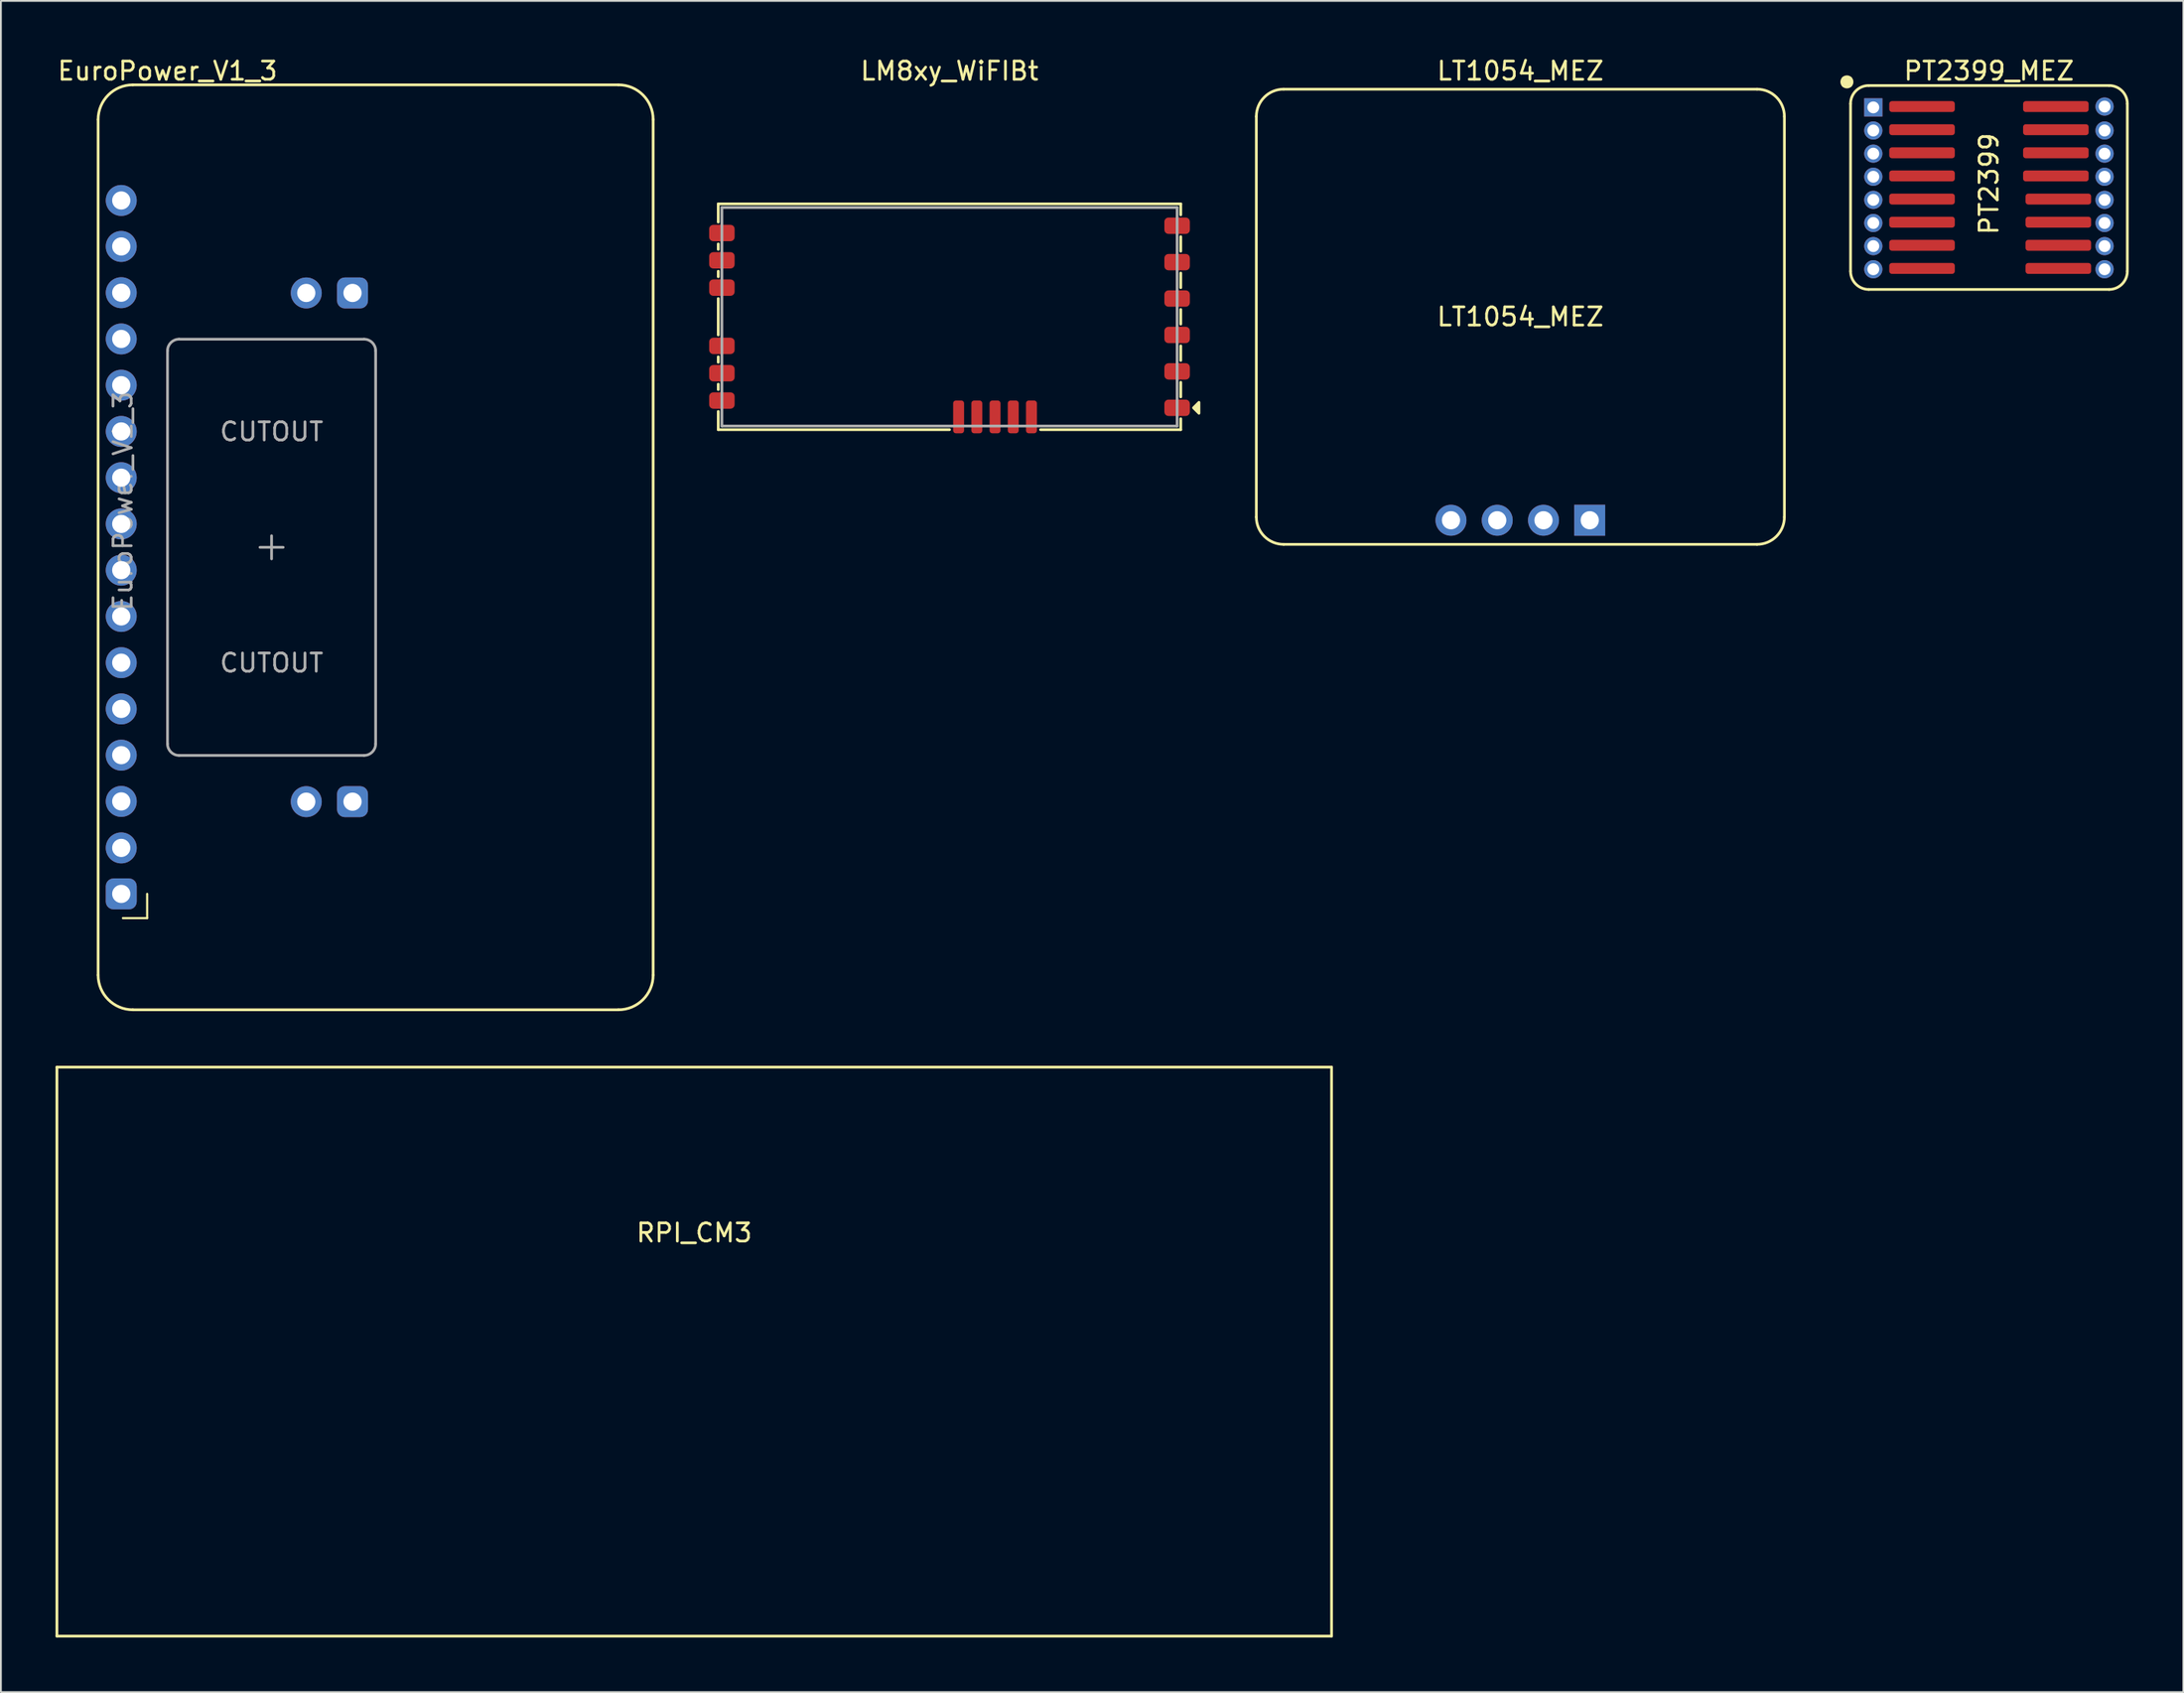
<source format=kicad_pcb>
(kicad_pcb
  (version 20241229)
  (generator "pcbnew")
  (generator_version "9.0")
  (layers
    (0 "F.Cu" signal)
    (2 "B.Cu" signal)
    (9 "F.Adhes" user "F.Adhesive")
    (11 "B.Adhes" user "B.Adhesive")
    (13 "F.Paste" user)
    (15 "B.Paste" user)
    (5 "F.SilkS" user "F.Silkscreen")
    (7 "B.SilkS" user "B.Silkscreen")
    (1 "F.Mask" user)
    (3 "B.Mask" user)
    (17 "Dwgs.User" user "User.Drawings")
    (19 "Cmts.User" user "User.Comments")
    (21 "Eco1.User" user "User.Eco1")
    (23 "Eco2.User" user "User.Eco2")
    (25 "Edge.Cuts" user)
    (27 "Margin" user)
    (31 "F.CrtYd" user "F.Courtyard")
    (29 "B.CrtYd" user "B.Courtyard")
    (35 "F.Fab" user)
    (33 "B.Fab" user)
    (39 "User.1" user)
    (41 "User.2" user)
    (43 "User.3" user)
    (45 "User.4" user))
  (footprint "RPI_CM3"
    (layer "F.Cu")
    (at 35.075 71.06)
    (property "Reference" "RPI_CM3" (at 0 -6.4 0) (layer "F.SilkS") (effects (font (size 1 1) (thickness 0.15))))
    (attr exclude_from_pos_files exclude_from_bom)
    (fp_line (start -35 -15.5) (end 35 -15.5) (stroke (width 0.15) (type solid)) (layer "F.SilkS"))
    (fp_line (start -35 15.75) (end -35 -15.5) (stroke (width 0.15) (type solid)) (layer "F.SilkS"))
    (fp_line (start 35 -15.5) (end 35 15.75) (stroke (width 0.15) (type solid)) (layer "F.SilkS"))
    (fp_line (start 35 15.75) (end -35 15.75) (stroke (width 0.15) (type solid)) (layer "F.SilkS")))
  (footprint "LM8xy_WiFIBt"
    (layer "F.Cu")
    (at 49.094 14.348)
    (property "Reference" "LM8xy_WiFIBt" (at 0 -13.5 0) (layer "F.SilkS") (effects (font (size 1 1) (thickness 0.15))))
    (attr exclude_from_pos_files exclude_from_bom)
    (fp_line (start -12.7 -6.2) (end 12.7 -6.2) (stroke (width 0.15) (type solid)) (layer "F.SilkS"))
    (fp_line (start -12.7 -5.2) (end -12.7 -6.2) (stroke (width 0.15) (type solid)) (layer "F.SilkS"))
    (fp_line (start -12.7 -3.7) (end -12.7 -4) (stroke (width 0.15) (type solid)) (layer "F.SilkS"))
    (fp_line (start -12.7 -2.2) (end -12.7 -2.5) (stroke (width 0.15) (type solid)) (layer "F.SilkS"))
    (fp_line (start -12.7 -1) (end -12.7 1) (stroke (width 0.15) (type solid)) (layer "F.SilkS"))
    (fp_line (start -12.7 2.5) (end -12.7 2.2) (stroke (width 0.15) (type solid)) (layer "F.SilkS"))
    (fp_line (start -12.7 4) (end -12.7 3.7) (stroke (width 0.15) (type solid)) (layer "F.SilkS"))
    (fp_line (start -12.7 6.2) (end -12.7 5.2) (stroke (width 0.15) (type solid)) (layer "F.SilkS"))
    (fp_line (start -12.7 6.2) (end 0 6.2) (stroke (width 0.15) (type solid)) (layer "F.SilkS"))
    (fp_line (start 5 6.2) (end 12.7 6.2) (stroke (width 0.15) (type solid)) (layer "F.SilkS"))
    (fp_line (start 12.7 -6.2) (end 12.7 -5.6) (stroke (width 0.15) (type solid)) (layer "F.SilkS"))
    (fp_line (start 12.7 -4.4) (end 12.7 -3.6) (stroke (width 0.15) (type solid)) (layer "F.SilkS"))
    (fp_line (start 12.7 -2.4) (end 12.7 -1.6) (stroke (width 0.15) (type solid)) (layer "F.SilkS"))
    (fp_line (start 12.7 -0.4) (end 12.7 0.4) (stroke (width 0.15) (type solid)) (layer "F.SilkS"))
    (fp_line (start 12.7 1.6) (end 12.7 2.4) (stroke (width 0.15) (type solid)) (layer "F.SilkS"))
    (fp_line (start 12.7 3.6) (end 12.7 4.4) (stroke (width 0.15) (type solid)) (layer "F.SilkS"))
    (fp_line (start 12.7 5.6) (end 12.7 6.2) (stroke (width 0.15) (type solid)) (layer "F.SilkS"))
    (fp_poly (pts (xy 13.4 5) (xy 13.7 4.7) (xy 13.7 5.3)) (stroke (width 0.15) (type solid)) (fill yes) (layer "F.SilkS"))
    (fp_line (start -12.5 -6) (end 12.5 -6) (stroke (width 0.15) (type solid)) (layer "F.Fab"))
    (fp_line (start -12.5 6) (end -12.5 -6) (stroke (width 0.15) (type solid)) (layer "F.Fab"))
    (fp_line (start -12.5 6) (end 12.5 6) (stroke (width 0.15) (type solid)) (layer "F.Fab"))
    (fp_line (start 12.5 -6) (end 12.5 6) (stroke (width 0.15) (type solid)) (layer "F.Fab"))
    (pad "1" smd roundrect (at 12.5 5) (size 1.4 0.9) (layers "F.Cu" "F.Mask" "F.Paste") (roundrect_rratio 0.25))
    (pad "2" smd roundrect (at 12.5 3) (size 1.4 0.9) (layers "F.Cu" "F.Mask" "F.Paste") (roundrect_rratio 0.25))
    (pad "3" smd roundrect (at 12.5 1) (size 1.4 0.9) (layers "F.Cu" "F.Mask" "F.Paste") (roundrect_rratio 0.25))
    (pad "4" smd roundrect (at 12.5 -1) (size 1.4 0.9) (layers "F.Cu" "F.Mask" "F.Paste") (roundrect_rratio 0.25))
    (pad "5" smd roundrect (at 12.5 -3) (size 1.4 0.9) (layers "F.Cu" "F.Mask" "F.Paste") (roundrect_rratio 0.25))
    (pad "6" smd roundrect (at 12.5 -5) (size 1.4 0.9) (layers "F.Cu" "F.Mask" "F.Paste") (roundrect_rratio 0.25))
    (pad "7" smd roundrect (at -12.5 -4.6) (size 1.4 0.9) (layers "F.Cu" "F.Mask" "F.Paste") (roundrect_rratio 0.25))
    (pad "8" smd roundrect (at -12.5 -3.1) (size 1.4 0.9) (layers "F.Cu" "F.Mask" "F.Paste") (roundrect_rratio 0.25))
    (pad "9" smd roundrect (at -12.5 -1.6) (size 1.4 0.9) (layers "F.Cu" "F.Mask" "F.Paste") (roundrect_rratio 0.25))
    (pad "10" smd roundrect (at -12.5 1.6) (size 1.4 0.9) (layers "F.Cu" "F.Mask" "F.Paste") (roundrect_rratio 0.25))
    (pad "11" smd roundrect (at -12.5 3.1) (size 1.4 0.9) (layers "F.Cu" "F.Mask" "F.Paste") (roundrect_rratio 0.25))
    (pad "12" smd roundrect (at -12.5 4.6) (size 1.4 0.9) (layers "F.Cu" "F.Mask" "F.Paste") (roundrect_rratio 0.25))
    (pad "13" smd roundrect (at 0.5 5.5 180) (size 0.6 1.8) (layers "F.Cu" "F.Mask" "F.Paste") (roundrect_rratio 0.25))
    (pad "14" smd roundrect (at 1.5 5.5 180) (size 0.6 1.8) (layers "F.Cu" "F.Mask" "F.Paste") (roundrect_rratio 0.25))
    (pad "15" smd roundrect (at 2.5 5.5 180) (size 0.6 1.8) (layers "F.Cu" "F.Mask" "F.Paste") (roundrect_rratio 0.25))
    (pad "16" smd roundrect (at 3.5 5.5 180) (size 0.6 1.8) (layers "F.Cu" "F.Mask" "F.Paste") (roundrect_rratio 0.25))
    (pad "17" smd roundrect (at 4.5 5.5 180) (size 0.6 1.8) (layers "F.Cu" "F.Mask" "F.Paste") (roundrect_rratio 0.25)))
  (footprint "LT1054_MEZ"
    (layer "F.Cu")
    (at 80.444 14.348)
    (property "Reference" "LT1054_MEZ" (at 0 -13.5 0) (layer "F.SilkS") (effects (font (size 1 1) (thickness 0.15))))
    (attr exclude_from_pos_files exclude_from_bom)
    (fp_line (start -14.5 11) (end -14.5 -11) (stroke (width 0.15) (type solid)) (layer "F.SilkS"))
    (fp_line (start -13 -12.5) (end 13 -12.5) (stroke (width 0.15) (type solid)) (layer "F.SilkS"))
    (fp_line (start 13 12.5) (end -13 12.5) (stroke (width 0.15) (type solid)) (layer "F.SilkS"))
    (fp_line (start 14.5 -11) (end 14.5 11) (stroke (width 0.15) (type solid)) (layer "F.SilkS"))
    (fp_arc (start -14.5 -11) (mid -14.06066 -12.06066) (end -13 -12.5) (stroke (width 0.15) (type solid)) (layer "F.SilkS"))
    (fp_arc (start -13 12.5) (mid -14.06066 12.06066) (end -14.5 11) (stroke (width 0.15) (type solid)) (layer "F.SilkS"))
    (fp_arc (start 13 -12.5) (mid 14.06066 -12.06066) (end 14.5 -11) (stroke (width 0.15) (type solid)) (layer "F.SilkS"))
    (fp_arc (start 14.5 11) (mid 14.06066 12.06066) (end 13 12.5) (stroke (width 0.15) (type solid)) (layer "F.SilkS"))
    (fp_text user "LT1054_MEZ" (at 0 0 0) (layer "F.SilkS") (effects (font (size 1 1) (thickness 0.15))))
    (pad "1" thru_hole rect (at 3.81 11.176) (size 1.7 1.7) (drill 1) (layers "*.Cu" "*.Mask"))
    (pad "2" thru_hole circle (at 1.27 11.176) (size 1.7 1.7) (drill 1) (layers "*.Cu" "*.Mask"))
    (pad "3" thru_hole circle (at -1.27 11.176) (size 1.7 1.7) (drill 1) (layers "*.Cu" "*.Mask"))
    (pad "4" thru_hole circle (at -3.81 11.176) (size 1.7 1.7) (drill 1) (layers "*.Cu" "*.Mask")))
  (footprint "EuroPower_V1_3"
    (layer "F.Cu")
    (at 17.579 27.01)
    (property "Reference" "EuroPower_V1_3" (at -11.43 -26.162 0) (layer "F.SilkS") (effects (font (size 1 1) (thickness 0.15))))
    (attr through_hole)
    (fp_line (start -15.24 23.495) (end -15.24 -23.495) (stroke (width 0.15) (type solid)) (layer "F.SilkS"))
    (fp_line (start -13.335 -25.4) (end 13.335 -25.4) (stroke (width 0.15) (type solid)) (layer "F.SilkS"))
    (fp_line (start -12.548 19.036) (end -12.548 20.366) (stroke (width 0.12) (type solid)) (layer "F.SilkS"))
    (fp_line (start -12.548 20.366) (end -13.878 20.366) (stroke (width 0.12) (type solid)) (layer "F.SilkS"))
    (fp_line (start 13.335 25.4) (end -13.335 25.4) (stroke (width 0.15) (type solid)) (layer "F.SilkS"))
    (fp_line (start 15.24 -23.495) (end 15.24 23.495) (stroke (width 0.15) (type solid)) (layer "F.SilkS"))
    (fp_arc (start -15.24 -23.495) (mid -14.682038 -24.842038) (end -13.335 -25.4) (stroke (width 0.15) (type solid)) (layer "F.SilkS"))
    (fp_arc (start -13.335 25.4) (mid -14.682038 24.842038) (end -15.24 23.495) (stroke (width 0.15) (type solid)) (layer "F.SilkS"))
    (fp_arc (start 13.335 -25.4) (mid 14.682038 -24.842038) (end 15.24 -23.495) (stroke (width 0.15) (type solid)) (layer "F.SilkS"))
    (fp_arc (start 15.24 23.495) (mid 14.682038 24.842038) (end 13.335 25.4) (stroke (width 0.15) (type solid)) (layer "F.SilkS"))
    (fp_line (start -11.43 -10.795) (end -11.43 10.795) (stroke (width 0.15) (type solid)) (layer "F.Fab"))
    (fp_line (start -10.795 11.43) (end -0.635 11.43) (stroke (width 0.15) (type solid)) (layer "F.Fab"))
    (fp_line (start -6.35 0) (end -5.08 0) (stroke (width 0.15) (type solid)) (layer "F.Fab"))
    (fp_line (start -5.715 -0.635) (end -5.715 0.635) (stroke (width 0.15) (type solid)) (layer "F.Fab"))
    (fp_line (start -0.635 -11.43) (end -10.795 -11.43) (stroke (width 0.15) (type solid)) (layer "F.Fab"))
    (fp_line (start 0 10.795) (end 0 -10.795) (stroke (width 0.15) (type solid)) (layer "F.Fab"))
    (fp_arc (start -11.43 -10.795) (mid -11.244013 -11.244013) (end -10.795 -11.43) (stroke (width 0.15) (type solid)) (layer "F.Fab"))
    (fp_arc (start -10.795 11.43) (mid -11.244013 11.244013) (end -11.43 10.795) (stroke (width 0.15) (type solid)) (layer "F.Fab"))
    (fp_arc (start -0.635 -11.43) (mid -0.185987 -11.244013) (end 0 -10.795) (stroke (width 0.15) (type solid)) (layer "F.Fab"))
    (fp_arc (start 0 10.795) (mid -0.185987 11.244013) (end -0.635 11.43) (stroke (width 0.15) (type solid)) (layer "F.Fab"))
    (fp_text user "${REFERENCE}" (at -13.878 -2.54 270) (layer "F.Fab") (effects (font (size 1 1) (thickness 0.15))))
    (fp_text user "CUTOUT" (at -5.715 -6.35 0) (layer "F.Fab") (effects (font (size 1 1) (thickness 0.15))))
    (fp_text user "CUTOUT" (at -5.715 6.35 0) (layer "F.Fab") (effects (font (size 1 1) (thickness 0.15))))
    (pad "1" thru_hole roundrect (at -13.97 19.036 180) (size 1.7 1.7) (drill 1) (layers "*.Cu" "*.Mask") (roundrect_rratio 0.25))
    (pad "1" thru_hole oval (at -3.81 -13.97 90) (size 1.7 1.7) (drill 1) (layers "*.Cu" "*.Mask"))
    (pad "1" thru_hole oval (at -3.81 13.97 90) (size 1.7 1.7) (drill 1) (layers "*.Cu" "*.Mask"))
    (pad "1" thru_hole roundrect (at -1.27 -13.97 90) (size 1.7 1.7) (drill 1) (layers "*.Cu" "*.Mask") (roundrect_rratio 0.25))
    (pad "1" thru_hole roundrect (at -1.27 13.97 90) (size 1.7 1.7) (drill 1) (layers "*.Cu" "*.Mask") (roundrect_rratio 0.25))
    (pad "2" thru_hole oval (at -13.97 16.51 180) (size 1.7 1.7) (drill 1) (layers "*.Cu" "*.Mask"))
    (pad "3" thru_hole oval (at -13.97 13.956 180) (size 1.7 1.7) (drill 1) (layers "*.Cu" "*.Mask"))
    (pad "4" thru_hole oval (at -13.97 11.416 180) (size 1.7 1.7) (drill 1) (layers "*.Cu" "*.Mask"))
    (pad "5" thru_hole oval (at -13.97 8.876 180) (size 1.7 1.7) (drill 1) (layers "*.Cu" "*.Mask"))
    (pad "6" thru_hole oval (at -13.97 6.336 180) (size 1.7 1.7) (drill 1) (layers "*.Cu" "*.Mask"))
    (pad "7" thru_hole oval (at -13.97 3.796 180) (size 1.7 1.7) (drill 1) (layers "*.Cu" "*.Mask"))
    (pad "8" thru_hole oval (at -13.97 1.256 180) (size 1.7 1.7) (drill 1) (layers "*.Cu" "*.Mask"))
    (pad "9" thru_hole oval (at -13.97 -1.284 180) (size 1.7 1.7) (drill 1) (layers "*.Cu" "*.Mask"))
    (pad "10" thru_hole oval (at -13.97 -3.824 180) (size 1.7 1.7) (drill 1) (layers "*.Cu" "*.Mask"))
    (pad "11" thru_hole oval (at -13.97 -6.364 180) (size 1.7 1.7) (drill 1) (layers "*.Cu" "*.Mask"))
    (pad "12" thru_hole oval (at -13.97 -8.904 180) (size 1.7 1.7) (drill 1) (layers "*.Cu" "*.Mask"))
    (pad "13" thru_hole oval (at -13.97 -11.444 180) (size 1.7 1.7) (drill 1) (layers "*.Cu" "*.Mask"))
    (pad "14" thru_hole oval (at -13.97 -13.984 180) (size 1.7 1.7) (drill 1) (layers "*.Cu" "*.Mask"))
    (pad "15" thru_hole oval (at -13.97 -16.524 180) (size 1.7 1.7) (drill 1) (layers "*.Cu" "*.Mask"))
    (pad "16" thru_hole oval (at -13.97 -19.05 180) (size 1.7 1.7) (drill 1) (layers "*.Cu" "*.Mask")))
  (footprint "PT2399_MEZ"
    (layer "F.Cu")
    (at 106.177 7.248)
    (property "Reference" "PT2399_MEZ" (at 0 -6.4 0) (layer "F.SilkS") (effects (font (size 1 1) (thickness 0.15))))
    (attr exclude_from_pos_files exclude_from_bom)
    (fp_line (start -7.6 4.6) (end -7.6 -4.6) (stroke (width 0.15) (type solid)) (layer "F.SilkS"))
    (fp_line (start -6.6 -5.6) (end 6.6 -5.6) (stroke (width 0.15) (type solid)) (layer "F.SilkS"))
    (fp_line (start -6.6 5.6) (end 6.6 5.6) (stroke (width 0.15) (type solid)) (layer "F.SilkS"))
    (fp_line (start 7.6 4.6) (end 7.6 -4.6) (stroke (width 0.15) (type solid)) (layer "F.SilkS"))
    (fp_arc (start -7.6 -4.6) (mid -7.307107 -5.307107) (end -6.6 -5.6) (stroke (width 0.15) (type solid)) (layer "F.SilkS"))
    (fp_arc (start -6.6 5.6) (mid -7.307107 5.307107) (end -7.6 4.6) (stroke (width 0.15) (type solid)) (layer "F.SilkS"))
    (fp_arc (start 6.6 -5.6) (mid 7.307107 -5.307107) (end 7.6 -4.6) (stroke (width 0.15) (type solid)) (layer "F.SilkS"))
    (fp_arc (start 7.6 4.6) (mid 7.307107 5.307107) (end 6.6 5.6) (stroke (width 0.15) (type solid)) (layer "F.SilkS"))
    (fp_circle (center -7.8 -5.8) (end -7.6 -5.6) (stroke (width 0.15) (type solid)) (fill no) (layer "F.SilkS"))
    (fp_poly (pts (xy -8 -6) (xy -8 -5.6) (xy -7.6 -5.6) (xy -7.6 -6)) (stroke (width 0.15) (type solid)) (fill yes) (layer "F.SilkS"))
    (fp_text user "PT2399" (at 0 -0.2 270) (layer "F.SilkS") (effects (font (size 1 1) (thickness 0.15))))
    (pad "1" thru_hole rect (at -6.35 -4.4) (size 1 1) (drill 0.65) (layers "*.Cu" "*.Mask"))
    (pad "1" smd roundrect (at -3.675 -4.445) (size 3.6 0.6) (layers "F.Cu" "F.Mask" "F.Paste") (roundrect_rratio 0.25))
    (pad "2" thru_hole oval (at -6.35 -3.13) (size 1 1) (drill 0.65) (layers "*.Cu" "*.Mask"))
    (pad "2" smd roundrect (at -3.675 -3.175) (size 3.6 0.6) (layers "F.Cu" "F.Mask" "F.Paste") (roundrect_rratio 0.25))
    (pad "3" thru_hole oval (at -6.35 -1.86) (size 1 1) (drill 0.65) (layers "*.Cu" "*.Mask"))
    (pad "3" smd roundrect (at -3.675 -1.905) (size 3.6 0.6) (layers "F.Cu" "F.Mask" "F.Paste") (roundrect_rratio 0.25))
    (pad "4" thru_hole oval (at -6.35 -0.59) (size 1 1) (drill 0.65) (layers "*.Cu" "*.Mask"))
    (pad "4" smd roundrect (at -3.675 -0.635) (size 3.6 0.6) (layers "F.Cu" "F.Mask" "F.Paste") (roundrect_rratio 0.25))
    (pad "5" thru_hole oval (at -6.35 0.68) (size 1 1) (drill 0.65) (layers "*.Cu" "*.Mask"))
    (pad "5" smd roundrect (at -3.675 0.635) (size 3.6 0.6) (layers "F.Cu" "F.Mask" "F.Paste") (roundrect_rratio 0.25))
    (pad "6" thru_hole oval (at -6.35 1.95) (size 1 1) (drill 0.65) (layers "*.Cu" "*.Mask"))
    (pad "6" smd roundrect (at -3.675 1.905) (size 3.6 0.6) (layers "F.Cu" "F.Mask" "F.Paste") (roundrect_rratio 0.25))
    (pad "7" thru_hole oval (at -6.35 3.22) (size 1 1) (drill 0.65) (layers "*.Cu" "*.Mask"))
    (pad "7" smd roundrect (at -3.675 3.175) (size 3.6 0.6) (layers "F.Cu" "F.Mask" "F.Paste") (roundrect_rratio 0.25))
    (pad "8" thru_hole oval (at -6.35 4.49) (size 1 1) (drill 0.65) (layers "*.Cu" "*.Mask"))
    (pad "8" smd roundrect (at -3.675 4.445) (size 3.6 0.6) (layers "F.Cu" "F.Mask" "F.Paste") (roundrect_rratio 0.25))
    (pad "9" smd roundrect (at 3.81 4.445) (size 3.6 0.6) (layers "F.Cu" "F.Mask" "F.Paste") (roundrect_rratio 0.25))
    (pad "9" thru_hole oval (at 6.35 4.49) (size 1 1) (drill 0.65) (layers "*.Cu" "*.Mask"))
    (pad "10" smd roundrect (at 3.81 3.175) (size 3.6 0.6) (layers "F.Cu" "F.Mask" "F.Paste") (roundrect_rratio 0.25))
    (pad "10" thru_hole oval (at 6.35 3.22) (size 1 1) (drill 0.65) (layers "*.Cu" "*.Mask"))
    (pad "11" smd roundrect (at 3.81 1.905) (size 3.6 0.6) (layers "F.Cu" "F.Mask" "F.Paste") (roundrect_rratio 0.25))
    (pad "11" thru_hole oval (at 6.35 1.95) (size 1 1) (drill 0.65) (layers "*.Cu" "*.Mask"))
    (pad "12" smd roundrect (at 3.81 0.635) (size 3.6 0.6) (layers "F.Cu" "F.Mask" "F.Paste") (roundrect_rratio 0.25))
    (pad "12" thru_hole oval (at 6.35 0.68) (size 1 1) (drill 0.65) (layers "*.Cu" "*.Mask"))
    (pad "13" smd roundrect (at 3.675 -0.635) (size 3.6 0.6) (layers "F.Cu" "F.Mask" "F.Paste") (roundrect_rratio 0.25))
    (pad "13" thru_hole oval (at 6.35 -0.59) (size 1 1) (drill 0.65) (layers "*.Cu" "*.Mask"))
    (pad "14" smd roundrect (at 3.675 -1.905) (size 3.6 0.6) (layers "F.Cu" "F.Mask" "F.Paste") (roundrect_rratio 0.25))
    (pad "14" thru_hole oval (at 6.35 -1.86) (size 1 1) (drill 0.65) (layers "*.Cu" "*.Mask"))
    (pad "15" smd roundrect (at 3.675 -3.175) (size 3.6 0.6) (layers "F.Cu" "F.Mask" "F.Paste") (roundrect_rratio 0.25))
    (pad "15" thru_hole oval (at 6.35 -3.13) (size 1 1) (drill 0.65) (layers "*.Cu" "*.Mask"))
    (pad "16" smd roundrect (at 3.675 -4.445) (size 3.6 0.6) (layers "F.Cu" "F.Mask" "F.Paste") (roundrect_rratio 0.25))
    (pad "16" thru_hole oval (at 6.35 -4.445) (size 1 1) (drill 0.65) (layers "*.Cu" "*.Mask")))
  (gr_rect
    (start -3 -3)
    (end 116.852 89.885)
    (stroke (width 0.1) (type default))
    (fill no)
    (layer "Edge.Cuts")))
</source>
